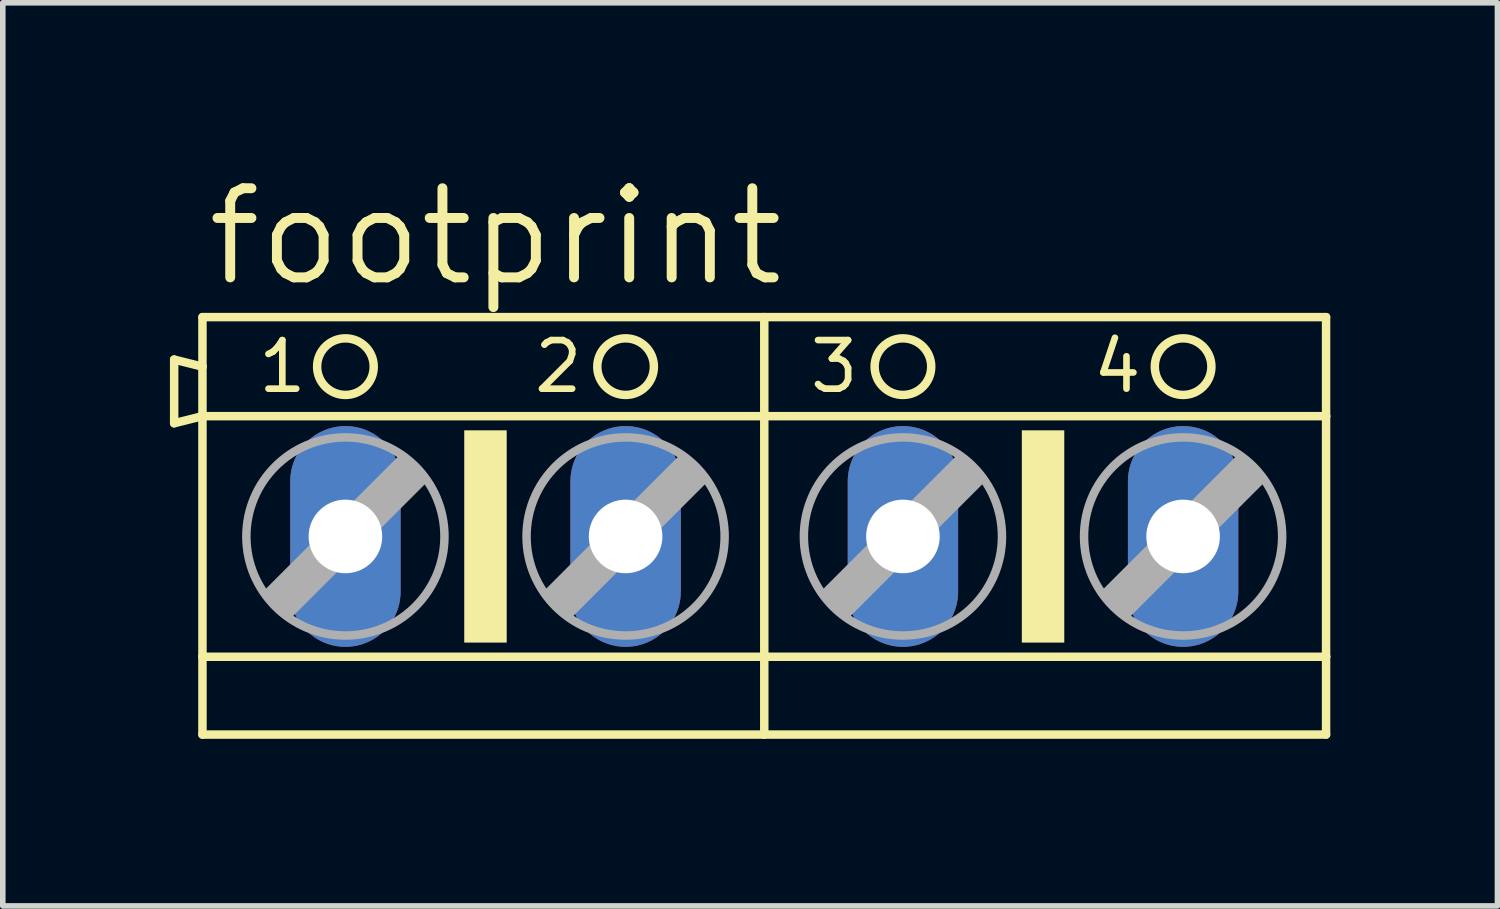
<source format=kicad_pcb>
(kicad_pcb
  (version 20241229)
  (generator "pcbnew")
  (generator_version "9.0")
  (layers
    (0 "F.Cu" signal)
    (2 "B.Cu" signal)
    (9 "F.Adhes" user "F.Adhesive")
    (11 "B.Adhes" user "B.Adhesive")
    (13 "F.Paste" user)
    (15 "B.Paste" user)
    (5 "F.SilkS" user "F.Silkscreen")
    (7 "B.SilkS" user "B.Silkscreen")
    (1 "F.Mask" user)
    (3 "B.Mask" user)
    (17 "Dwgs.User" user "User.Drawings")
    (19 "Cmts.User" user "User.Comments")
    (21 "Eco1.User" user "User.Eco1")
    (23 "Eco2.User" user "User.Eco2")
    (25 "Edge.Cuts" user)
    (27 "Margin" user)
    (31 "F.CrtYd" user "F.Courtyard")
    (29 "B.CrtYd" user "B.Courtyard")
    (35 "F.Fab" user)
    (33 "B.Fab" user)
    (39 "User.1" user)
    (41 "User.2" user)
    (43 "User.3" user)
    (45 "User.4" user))
  (footprint "footprint"
    (layer "F.Cu")
    (at 10.668 6.579)
    (property "Reference" "footprint" (at -10.084 -4.445 0) (layer "F.SilkS") (effects (font (size 1.6 1.6) (thickness 0.178)) (justify left bottom)))
    (fp_line (start -10.592 -3.175) (end -10.592 -2.032) (stroke (width 0.152) (type solid)) (layer "F.SilkS"))
    (fp_line (start -10.592 -2.032) (end -10.084 -2.159) (stroke (width 0.152) (type solid)) (layer "F.SilkS"))
    (fp_line (start -10.084 -3.048) (end -10.592 -3.175) (stroke (width 0.152) (type solid)) (layer "F.SilkS"))
    (fp_line (start -10.084 -3.048) (end -10.084 -3.937) (stroke (width 0.152) (type solid)) (layer "F.SilkS"))
    (fp_line (start -10.084 -2.159) (end -10.084 -3.048) (stroke (width 0.152) (type solid)) (layer "F.SilkS"))
    (fp_line (start -10.084 -2.159) (end 0 -2.159) (stroke (width 0.152) (type solid)) (layer "F.SilkS"))
    (fp_line (start -10.084 2.159) (end -10.084 -2.159) (stroke (width 0.152) (type solid)) (layer "F.SilkS"))
    (fp_line (start -10.084 2.159) (end 0 2.159) (stroke (width 0.152) (type solid)) (layer "F.SilkS"))
    (fp_line (start -10.084 3.556) (end -10.084 2.159) (stroke (width 0.152) (type solid)) (layer "F.SilkS"))
    (fp_line (start -10.084 3.556) (end 0 3.556) (stroke (width 0.152) (type solid)) (layer "F.SilkS"))
    (fp_line (start 0 -3.937) (end -10.084 -3.937) (stroke (width 0.152) (type solid)) (layer "F.SilkS"))
    (fp_line (start 0 -2.159) (end 0 -3.937) (stroke (width 0.152) (type solid)) (layer "F.SilkS"))
    (fp_line (start 0 -2.159) (end 10.084 -2.159) (stroke (width 0.152) (type solid)) (layer "F.SilkS"))
    (fp_line (start 0 2.159) (end 0 -2.159) (stroke (width 0.152) (type solid)) (layer "F.SilkS"))
    (fp_line (start 0 2.159) (end 10.084 2.159) (stroke (width 0.152) (type solid)) (layer "F.SilkS"))
    (fp_line (start 0 3.556) (end 0 2.159) (stroke (width 0.152) (type solid)) (layer "F.SilkS"))
    (fp_line (start 0 3.556) (end 10.084 3.556) (stroke (width 0.152) (type solid)) (layer "F.SilkS"))
    (fp_line (start 10.084 -3.937) (end 0 -3.937) (stroke (width 0.152) (type solid)) (layer "F.SilkS"))
    (fp_line (start 10.084 -3.937) (end 10.084 -2.159) (stroke (width 0.152) (type solid)) (layer "F.SilkS"))
    (fp_line (start 10.084 -2.159) (end 10.084 2.159) (stroke (width 0.152) (type solid)) (layer "F.SilkS"))
    (fp_line (start 10.084 2.159) (end 10.084 3.556) (stroke (width 0.152) (type solid)) (layer "F.SilkS"))
    (fp_circle (center -7.518 -3.048) (end -7.01 -3.048) (stroke (width 0.152) (type solid)) (fill no) (layer "F.SilkS"))
    (fp_circle (center -2.489 -3.048) (end -1.981 -3.048) (stroke (width 0.152) (type solid)) (fill no) (layer "F.SilkS"))
    (fp_circle (center 2.489 -3.048) (end 2.997 -3.048) (stroke (width 0.152) (type solid)) (fill no) (layer "F.SilkS"))
    (fp_circle (center 7.518 -3.048) (end 8.026 -3.048) (stroke (width 0.152) (type solid)) (fill no) (layer "F.SilkS"))
    (fp_poly (pts (xy -5.385 1.905) (xy -4.623 1.905) (xy -4.623 -1.905) (xy -5.385 -1.905)) (stroke (width 0) (type solid)) (fill yes) (layer "F.SilkS"))
    (fp_poly (pts (xy 4.623 1.905) (xy 5.385 1.905) (xy 5.385 -1.905) (xy 4.623 -1.905)) (stroke (width 0) (type solid)) (fill yes) (layer "F.SilkS"))
    (fp_line (start -8.915 1.016) (end -8.534 1.397) (stroke (width 0.152) (type solid)) (layer "F.Fab"))
    (fp_line (start -8.915 1.016) (end -6.502 -1.397) (stroke (width 0.152) (type solid)) (layer "F.Fab"))
    (fp_line (start -8.534 1.016) (end -6.502 -1.016) (stroke (width 0.61) (type solid)) (layer "F.Fab"))
    (fp_line (start -8.534 1.397) (end -6.121 -1.016) (stroke (width 0.152) (type solid)) (layer "F.Fab"))
    (fp_line (start -6.502 -1.397) (end -6.121 -1.016) (stroke (width 0.152) (type solid)) (layer "F.Fab"))
    (fp_line (start -3.886 1.016) (end -3.505 1.397) (stroke (width 0.152) (type solid)) (layer "F.Fab"))
    (fp_line (start -3.886 1.016) (end -1.473 -1.397) (stroke (width 0.152) (type solid)) (layer "F.Fab"))
    (fp_line (start -3.505 1.016) (end -1.473 -1.016) (stroke (width 0.61) (type solid)) (layer "F.Fab"))
    (fp_line (start -3.505 1.397) (end -1.092 -1.016) (stroke (width 0.152) (type solid)) (layer "F.Fab"))
    (fp_line (start -1.473 -1.397) (end -1.092 -1.016) (stroke (width 0.152) (type solid)) (layer "F.Fab"))
    (fp_line (start 1.092 1.016) (end 1.473 1.397) (stroke (width 0.152) (type solid)) (layer "F.Fab"))
    (fp_line (start 1.092 1.016) (end 3.505 -1.397) (stroke (width 0.152) (type solid)) (layer "F.Fab"))
    (fp_line (start 1.473 1.016) (end 3.505 -1.016) (stroke (width 0.61) (type solid)) (layer "F.Fab"))
    (fp_line (start 1.473 1.397) (end 3.886 -1.016) (stroke (width 0.152) (type solid)) (layer "F.Fab"))
    (fp_line (start 3.505 -1.397) (end 3.886 -1.016) (stroke (width 0.152) (type solid)) (layer "F.Fab"))
    (fp_line (start 6.121 1.016) (end 6.502 1.397) (stroke (width 0.152) (type solid)) (layer "F.Fab"))
    (fp_line (start 6.121 1.016) (end 8.534 -1.397) (stroke (width 0.152) (type solid)) (layer "F.Fab"))
    (fp_line (start 6.502 1.016) (end 8.534 -1.016) (stroke (width 0.61) (type solid)) (layer "F.Fab"))
    (fp_line (start 6.502 1.397) (end 8.915 -1.016) (stroke (width 0.152) (type solid)) (layer "F.Fab"))
    (fp_line (start 8.534 -1.397) (end 8.915 -1.016) (stroke (width 0.152) (type solid)) (layer "F.Fab"))
    (fp_circle (center -7.518 0) (end -5.74 0) (stroke (width 0.152) (type solid)) (fill no) (layer "F.Fab"))
    (fp_circle (center -2.489 0) (end -0.711 0) (stroke (width 0.152) (type solid)) (fill no) (layer "F.Fab"))
    (fp_circle (center 2.489 0) (end 4.267 0) (stroke (width 0.152) (type solid)) (fill no) (layer "F.Fab"))
    (fp_circle (center 7.518 0) (end 9.296 0) (stroke (width 0.152) (type solid)) (fill no) (layer "F.Fab"))
    (fp_text user "4" (at 5.842 -2.54 0) (layer "F.SilkS") (effects (font (size 0.872 0.872) (thickness 0.119)) (justify left bottom)))
    (fp_text user "2" (at -4.191 -2.54 0) (layer "F.SilkS") (effects (font (size 0.872 0.872) (thickness 0.119)) (justify left bottom)))
    (fp_text user "3" (at 0.762 -2.54 0) (layer "F.SilkS") (effects (font (size 0.872 0.872) (thickness 0.119)) (justify left bottom)))
    (fp_text user "1" (at -9.144 -2.54 0) (layer "F.SilkS") (effects (font (size 0.872 0.872) (thickness 0.119)) (justify left bottom)))
    (pad "1" thru_hole oval (at -7.518 0 90) (size 3.962 1.981) (drill 1.321) (layers "*.Cu" "*.Mask"))
    (pad "2" thru_hole oval (at -2.489 0 90) (size 3.962 1.981) (drill 1.321) (layers "*.Cu" "*.Mask"))
    (pad "3" thru_hole oval (at 2.489 0 90) (size 3.962 1.981) (drill 1.321) (layers "*.Cu" "*.Mask"))
    (pad "4" thru_hole oval (at 7.518 0 90) (size 3.962 1.981) (drill 1.321) (layers "*.Cu" "*.Mask")))
  (gr_rect
    (start -3 -3)
    (end 23.828 13.211)
    (stroke (width 0.1) (type default))
    (fill no)
    (layer "Edge.Cuts")))
</source>
